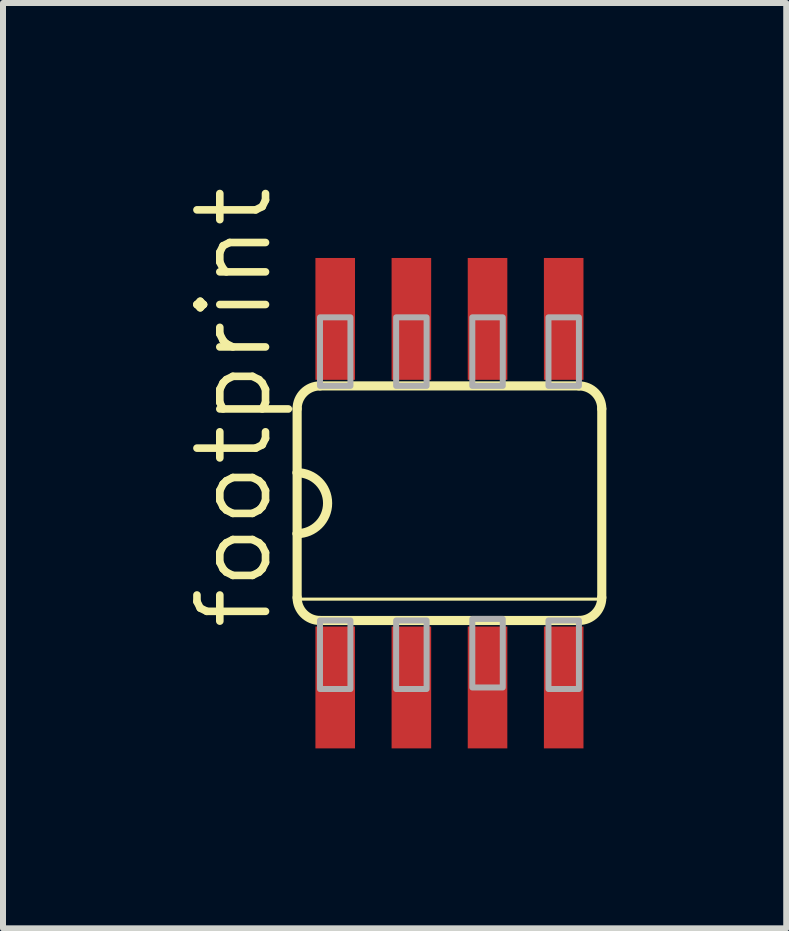
<source format=kicad_pcb>
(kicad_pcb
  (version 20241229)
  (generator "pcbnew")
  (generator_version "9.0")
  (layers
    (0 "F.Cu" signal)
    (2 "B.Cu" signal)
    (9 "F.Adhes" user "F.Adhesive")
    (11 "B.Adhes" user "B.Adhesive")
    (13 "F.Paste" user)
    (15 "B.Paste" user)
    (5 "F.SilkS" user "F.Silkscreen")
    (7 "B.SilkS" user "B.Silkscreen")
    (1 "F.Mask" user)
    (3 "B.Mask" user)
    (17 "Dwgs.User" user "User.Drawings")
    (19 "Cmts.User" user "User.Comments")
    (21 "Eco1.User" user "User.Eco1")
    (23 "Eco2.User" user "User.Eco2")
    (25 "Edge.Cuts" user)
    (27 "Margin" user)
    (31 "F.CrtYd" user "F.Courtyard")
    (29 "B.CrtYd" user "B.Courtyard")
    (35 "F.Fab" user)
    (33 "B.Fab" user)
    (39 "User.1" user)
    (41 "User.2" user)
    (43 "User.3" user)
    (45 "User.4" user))
  (footprint "footprint"
    (layer "F.Cu")
    (at 4.445 5.341)
    (property "Reference" "footprint" (at -2.921 2.159 90) (layer "F.SilkS") (effects (font (size 1.143 1.143) (thickness 0.127)) (justify left bottom)))
    (fp_line (start -2.54 -1.575) (end -2.54 -0.508) (stroke (width 0.152) (type solid)) (layer "F.SilkS"))
    (fp_line (start -2.54 -0.508) (end -2.54 0.508) (stroke (width 0.152) (type solid)) (layer "F.SilkS"))
    (fp_line (start -2.54 0.508) (end -2.54 1.575) (stroke (width 0.152) (type solid)) (layer "F.SilkS"))
    (fp_line (start -2.54 1.6) (end 2.54 1.6) (stroke (width 0.051) (type solid)) (layer "F.SilkS"))
    (fp_line (start -2.159 1.956) (end 2.159 1.956) (stroke (width 0.152) (type solid)) (layer "F.SilkS"))
    (fp_line (start 2.159 -1.956) (end -2.159 -1.956) (stroke (width 0.152) (type solid)) (layer "F.SilkS"))
    (fp_line (start 2.54 1.575) (end 2.54 -1.575) (stroke (width 0.152) (type solid)) (layer "F.SilkS"))
    (fp_arc (start -2.54 -1.5748) (mid -2.428408 -1.844208) (end -2.159 -1.9558) (stroke (width 0.1524) (type solid)) (layer "F.SilkS"))
    (fp_arc (start -2.54 -0.508) (mid -2.032 0) (end -2.54 0.508) (stroke (width 0.1524) (type solid)) (layer "F.SilkS"))
    (fp_arc (start -2.159 1.9558) (mid -2.428408 1.844208) (end -2.54 1.5748) (stroke (width 0.1524) (type solid)) (layer "F.SilkS"))
    (fp_arc (start 2.159 -1.9558) (mid 2.428408 -1.844208) (end 2.54 -1.5748) (stroke (width 0.1524) (type solid)) (layer "F.SilkS"))
    (fp_arc (start 2.54 1.5748) (mid 2.428408 1.844208) (end 2.159 1.9558) (stroke (width 0.1524) (type solid)) (layer "F.SilkS"))
    (fp_poly (pts (xy -2.159 -1.956) (xy -1.651 -1.956) (xy -1.651 -3.099) (xy -2.159 -3.099)) (stroke (width 0.1) (type solid)) (fill no) (layer "F.Fab"))
    (fp_poly (pts (xy -2.159 3.099) (xy -1.651 3.099) (xy -1.651 1.956) (xy -2.159 1.956)) (stroke (width 0.1) (type solid)) (fill no) (layer "F.Fab"))
    (fp_poly (pts (xy -0.889 -1.956) (xy -0.381 -1.956) (xy -0.381 -3.099) (xy -0.889 -3.099)) (stroke (width 0.1) (type solid)) (fill no) (layer "F.Fab"))
    (fp_poly (pts (xy -0.889 3.099) (xy -0.381 3.099) (xy -0.381 1.956) (xy -0.889 1.956)) (stroke (width 0.1) (type solid)) (fill no) (layer "F.Fab"))
    (fp_poly (pts (xy 0.381 -1.956) (xy 0.889 -1.956) (xy 0.889 -3.099) (xy 0.381 -3.099)) (stroke (width 0.1) (type solid)) (fill no) (layer "F.Fab"))
    (fp_poly (pts (xy 0.381 3.073) (xy 0.889 3.073) (xy 0.889 1.93) (xy 0.381 1.93)) (stroke (width 0.1) (type solid)) (fill no) (layer "F.Fab"))
    (fp_poly (pts (xy 1.651 -1.956) (xy 2.159 -1.956) (xy 2.159 -3.099) (xy 1.651 -3.099)) (stroke (width 0.1) (type solid)) (fill no) (layer "F.Fab"))
    (fp_poly (pts (xy 1.651 3.099) (xy 2.159 3.099) (xy 2.159 1.956) (xy 1.651 1.956)) (stroke (width 0.1) (type solid)) (fill no) (layer "F.Fab"))
    (pad "1" smd rect (at -1.905 3.073) (size 0.66 2.032) (layers "F.Cu" "F.Mask" "F.Paste"))
    (pad "2" smd rect (at -0.635 3.073) (size 0.66 2.032) (layers "F.Cu" "F.Mask" "F.Paste"))
    (pad "3" smd rect (at 0.635 3.073) (size 0.66 2.032) (layers "F.Cu" "F.Mask" "F.Paste"))
    (pad "4" smd rect (at 1.905 3.073) (size 0.66 2.032) (layers "F.Cu" "F.Mask" "F.Paste"))
    (pad "5" smd rect (at 1.905 -3.073) (size 0.66 2.032) (layers "F.Cu" "F.Mask" "F.Paste"))
    (pad "6" smd rect (at 0.635 -3.073) (size 0.66 2.032) (layers "F.Cu" "F.Mask" "F.Paste"))
    (pad "7" smd rect (at -0.635 -3.073) (size 0.66 2.032) (layers "F.Cu" "F.Mask" "F.Paste"))
    (pad "8" smd rect (at -1.905 -3.073) (size 0.66 2.032) (layers "F.Cu" "F.Mask" "F.Paste")))
  (gr_rect
    (start -3 -3)
    (end 10.061 12.431)
    (stroke (width 0.1) (type default))
    (fill no)
    (layer "Edge.Cuts")))
</source>
